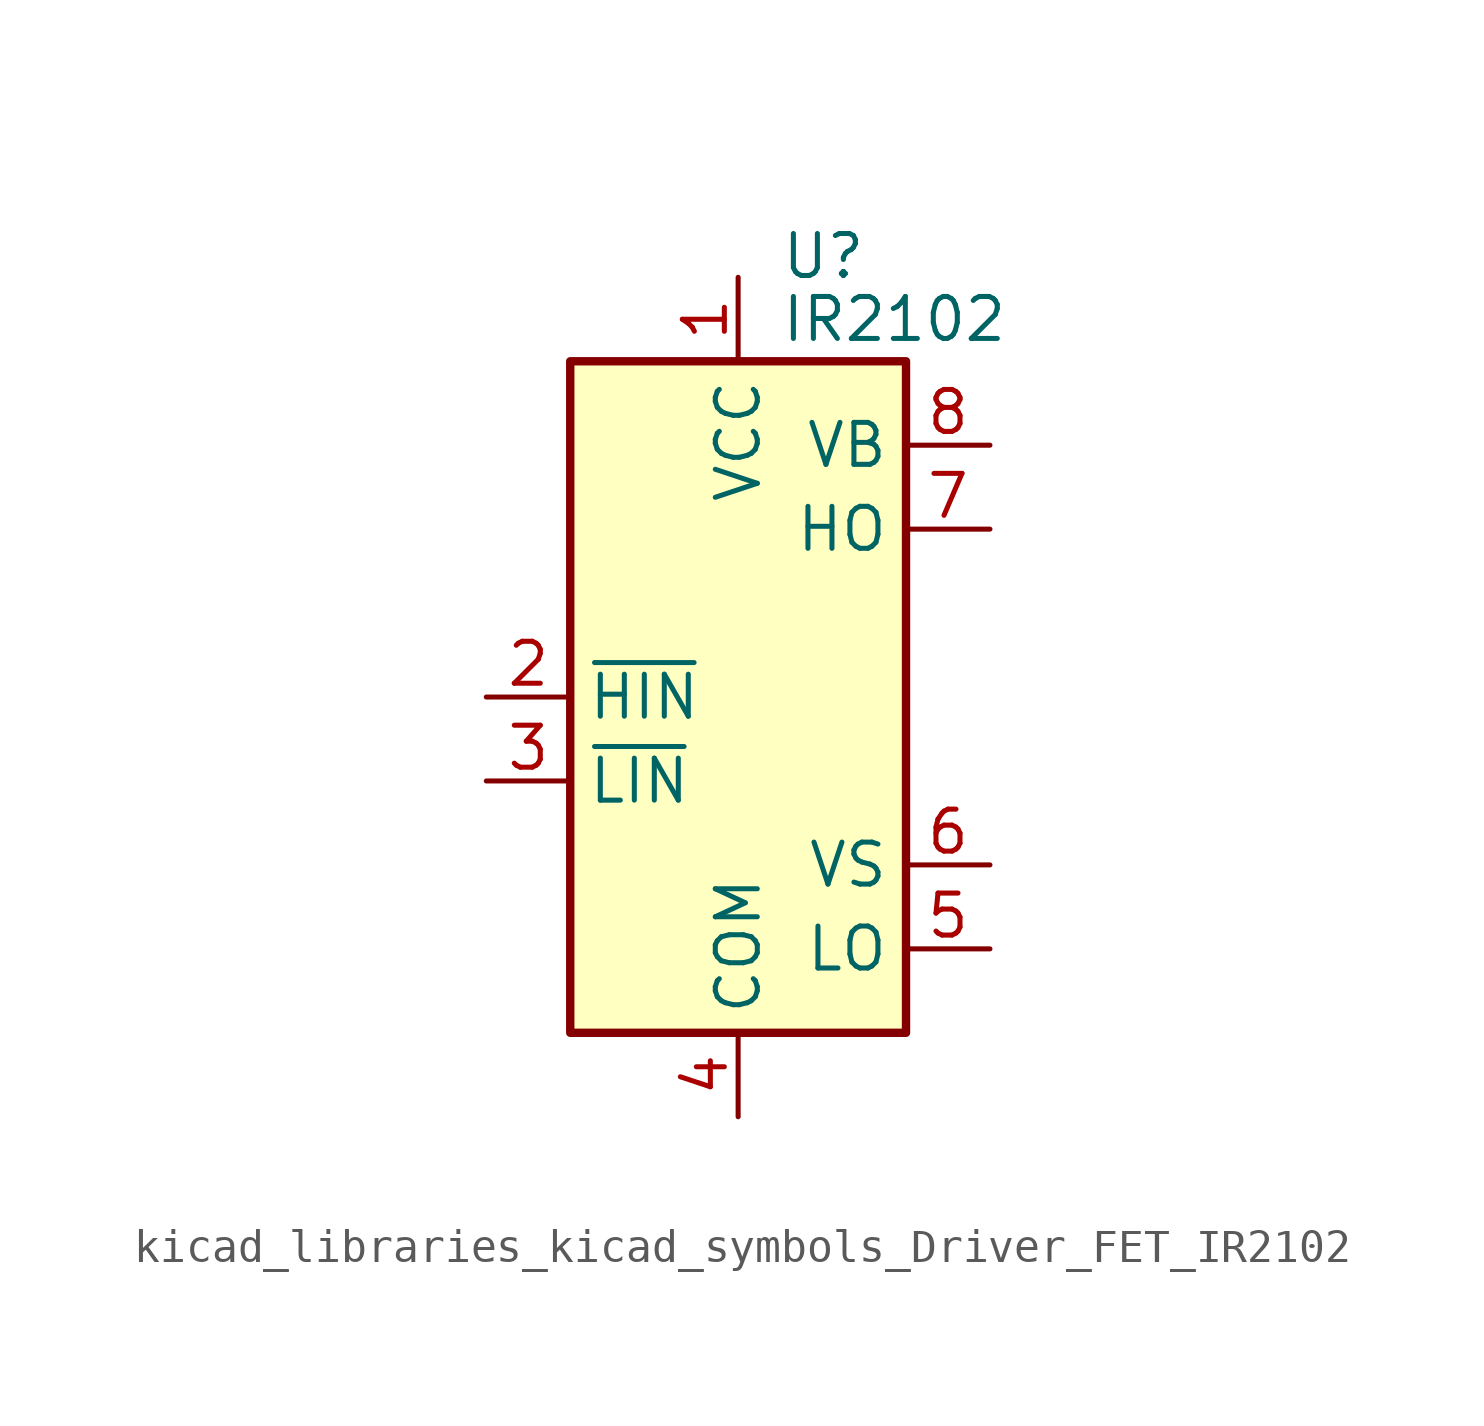
<source format=kicad_sym>
(kicad_symbol_lib
  (version 20220914)
  (generator kicad_symbol_editor)
  (symbol "kicad_libraries_kicad_symbols_Driver_FET_IR2102"
    (property "Reference" "U"
      (at 1.27 13.335 0)
      (effects (font (size 1.27 1.27)) (justify left)))
    (property "Value" "IR2102"
      (at 1.27 11.43 0)
      (effects (font (size 1.27 1.27)) (justify left)))
    (symbol "kicad_libraries_kicad_symbols_Driver_FET_IR2102_0_1"
      (rectangle (start -5.08 -10.16) (end 5.08 10.16) (stroke (width 0.254) (type default)) (fill (type background))))
    (symbol "kicad_libraries_kicad_symbols_Driver_FET_IR2102_1_1"
      (pin power_in line (at 0 12.7 270) (length 2.54) (name "VCC" (effects (font (size 1.27 1.27)))) (number "1" (effects (font (size 1.27 1.27)))))
      (pin input line (at -7.62 0 0) (length 2.54) (name "~{HIN}" (effects (font (size 1.27 1.27)))) (number "2" (effects (font (size 1.27 1.27)))))
      (pin input line (at -7.62 -2.54 0) (length 2.54) (name "~{LIN}" (effects (font (size 1.27 1.27)))) (number "3" (effects (font (size 1.27 1.27)))))
      (pin power_in line (at 0 -12.7 90) (length 2.54) (name "COM" (effects (font (size 1.27 1.27)))) (number "4" (effects (font (size 1.27 1.27)))))
      (pin output line (at 7.62 -7.62 180) (length 2.54) (name "LO" (effects (font (size 1.27 1.27)))) (number "5" (effects (font (size 1.27 1.27)))))
      (pin passive line (at 7.62 -5.08 180) (length 2.54) (name "VS" (effects (font (size 1.27 1.27)))) (number "6" (effects (font (size 1.27 1.27)))))
      (pin output line (at 7.62 5.08 180) (length 2.54) (name "HO" (effects (font (size 1.27 1.27)))) (number "7" (effects (font (size 1.27 1.27)))))
      (pin passive line (at 7.62 7.62 180) (length 2.54) (name "VB" (effects (font (size 1.27 1.27)))) (number "8" (effects (font (size 1.27 1.27))))))))
</source>
